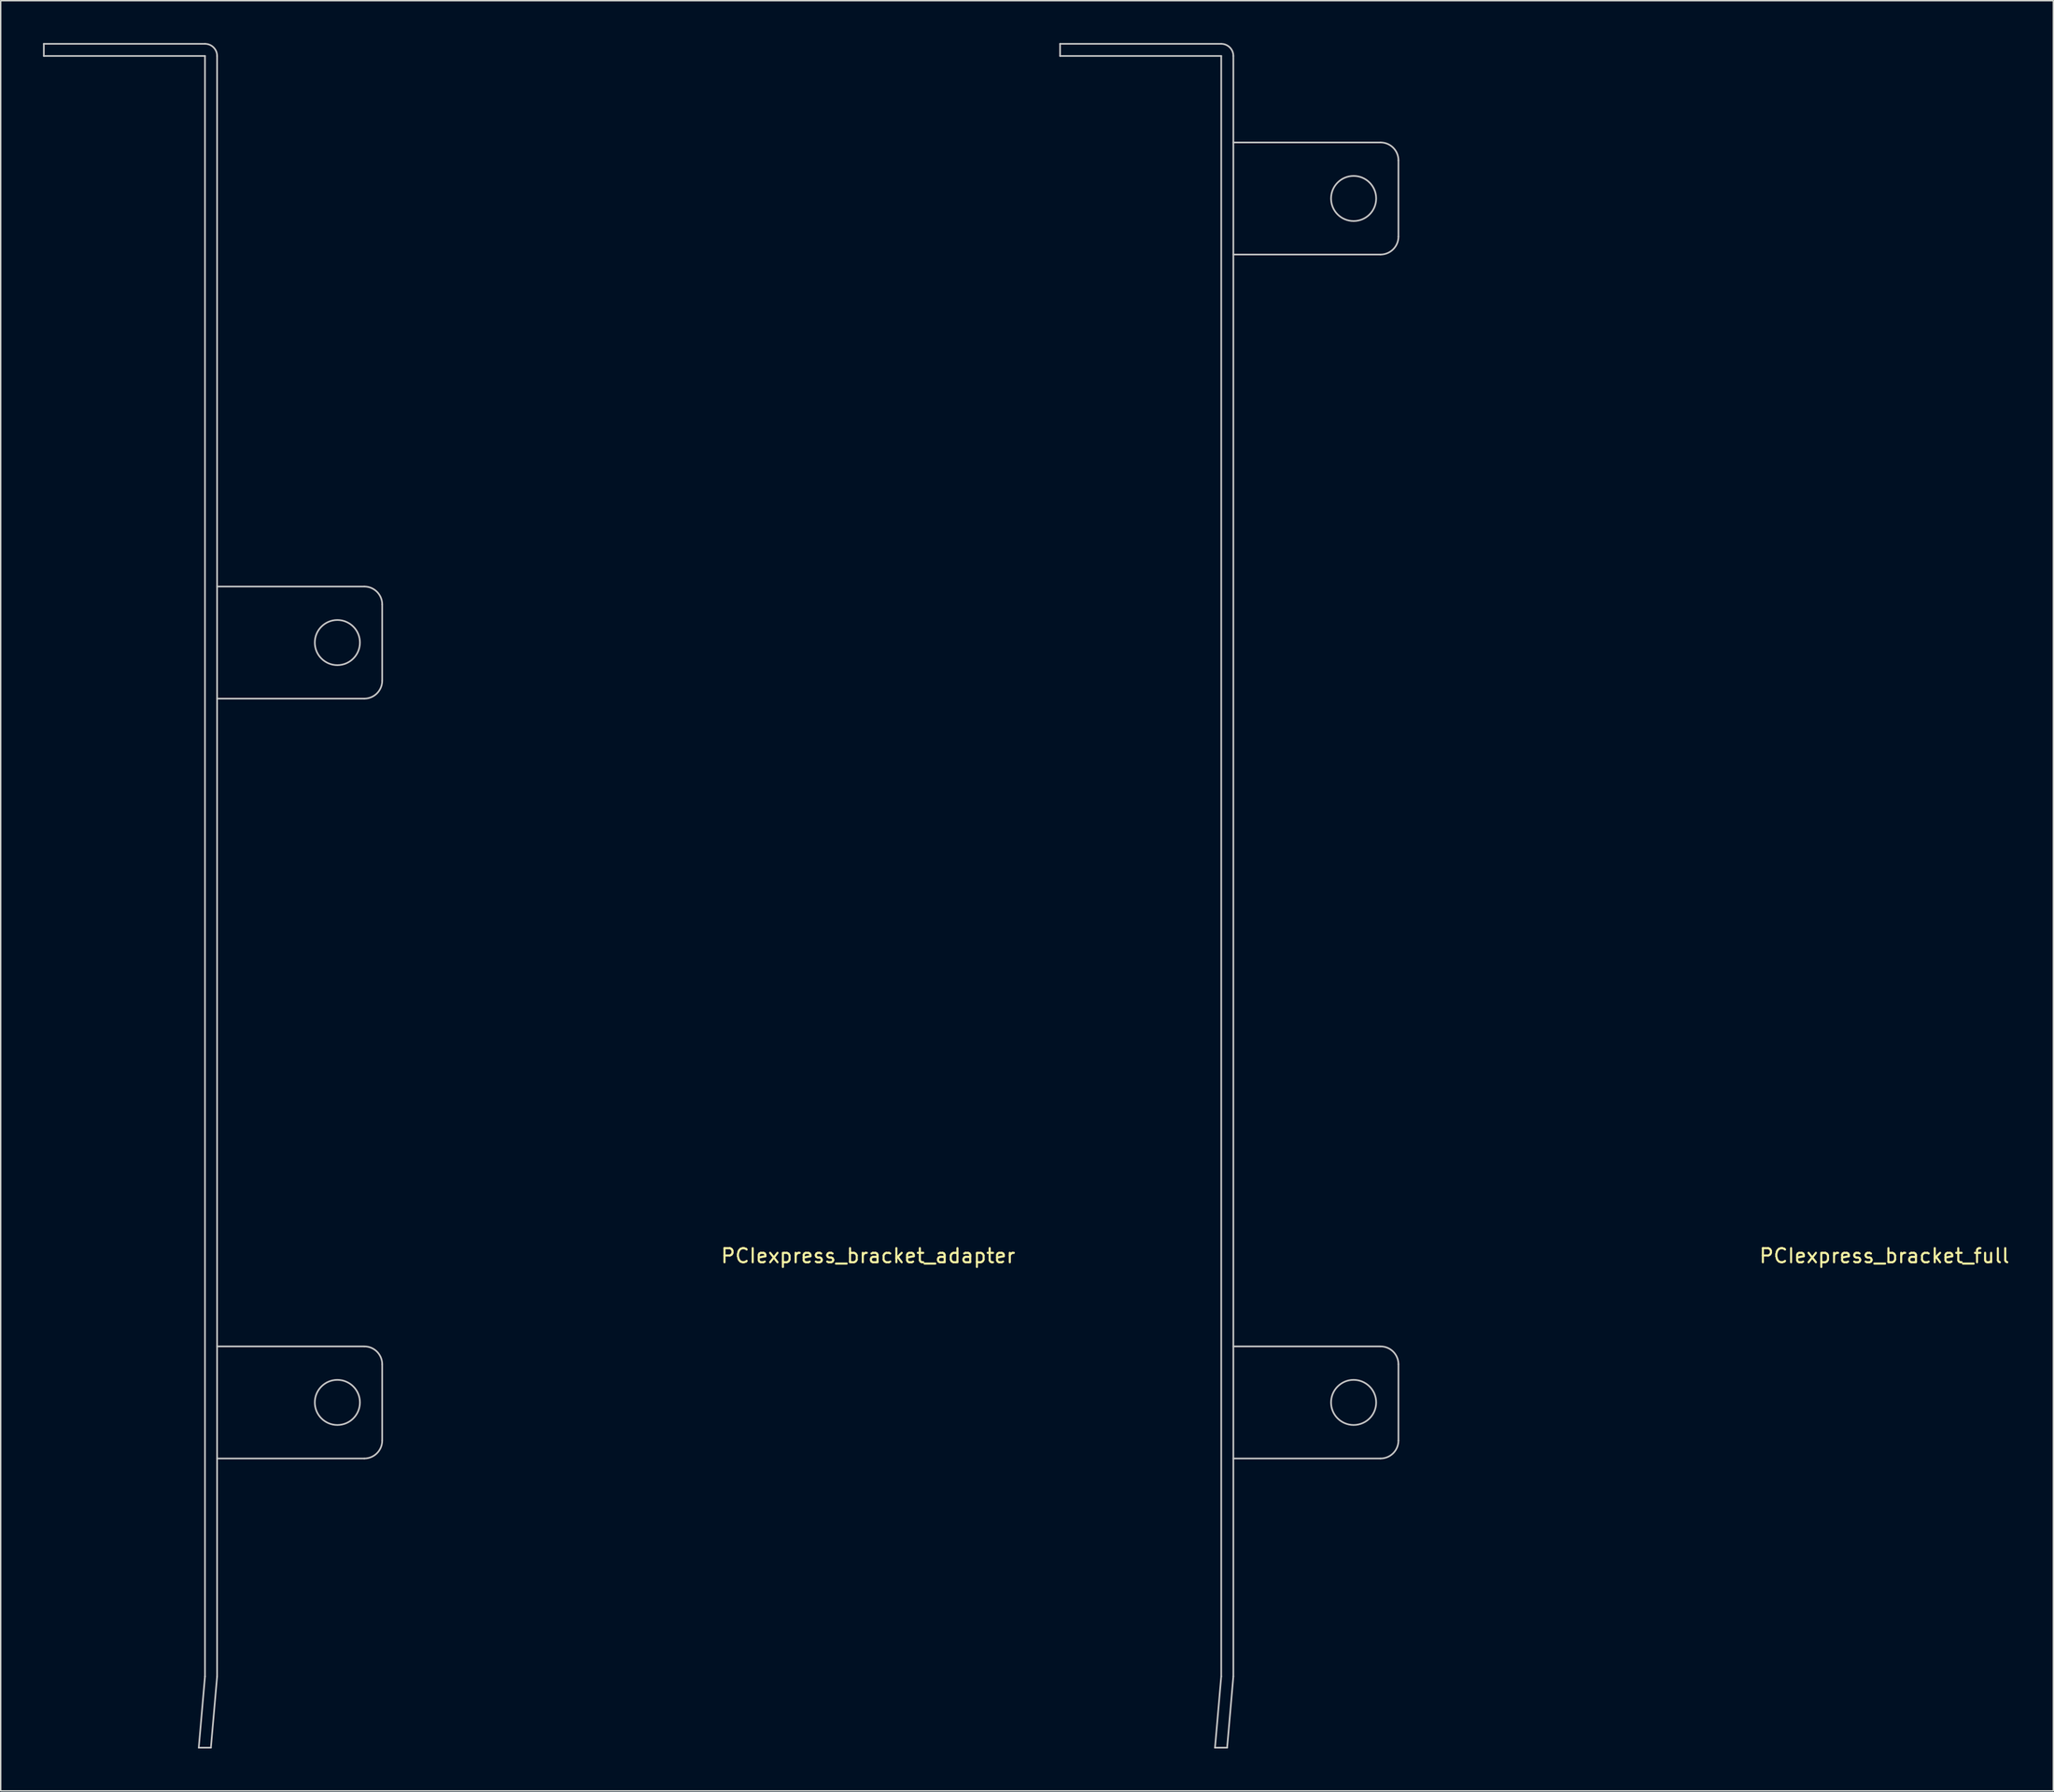
<source format=kicad_pcb>
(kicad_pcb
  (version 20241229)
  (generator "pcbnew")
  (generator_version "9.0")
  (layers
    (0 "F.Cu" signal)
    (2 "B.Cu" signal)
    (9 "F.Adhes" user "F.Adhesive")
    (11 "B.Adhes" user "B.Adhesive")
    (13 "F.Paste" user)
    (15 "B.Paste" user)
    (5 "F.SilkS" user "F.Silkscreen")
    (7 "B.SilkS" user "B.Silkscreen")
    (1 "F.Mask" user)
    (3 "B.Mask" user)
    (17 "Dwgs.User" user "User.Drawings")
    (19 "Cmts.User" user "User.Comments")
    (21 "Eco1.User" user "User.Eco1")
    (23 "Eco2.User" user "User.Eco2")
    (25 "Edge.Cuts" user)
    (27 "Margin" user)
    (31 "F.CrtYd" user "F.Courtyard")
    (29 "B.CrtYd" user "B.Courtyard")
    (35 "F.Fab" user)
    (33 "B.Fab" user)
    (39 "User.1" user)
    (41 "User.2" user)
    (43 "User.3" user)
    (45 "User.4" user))
  (footprint "PCIexpress_bracket_full"
    (layer "F.Cu")
    (at 130.614 105.78)
    (property "Reference" "PCIexpress_bracket_full" (at 0 -19.75 0) (layer "F.SilkS") (effects (font (size 1 1) (thickness 0.15))))
    (attr exclude_from_pos_files exclude_from_bom)
    (fp_line (start -58.47 -104.86) (end -58.47 -105.72) (stroke (width 0.12) (type solid)) (layer "Dwgs.User"))
    (fp_line (start -47.482 15.141) (end -46.622 15.141) (stroke (width 0.12) (type solid)) (layer "Dwgs.User"))
    (fp_line (start -47.04 -105.72) (end -58.47 -105.72) (stroke (width 0.12) (type solid)) (layer "Dwgs.User"))
    (fp_line (start -47.04 -104.86) (end -58.47 -104.86) (stroke (width 0.12) (type solid)) (layer "Dwgs.User"))
    (fp_line (start -47.04 -104.86) (end -47.04 10.09) (stroke (width 0.12) (type solid)) (layer "Dwgs.User"))
    (fp_line (start -47.04 10.09) (end -47.482 15.141) (stroke (width 0.12) (type solid)) (layer "Dwgs.User"))
    (fp_line (start -46.18 -104.86) (end -46.18 10.09) (stroke (width 0.12) (type solid)) (layer "Dwgs.User"))
    (fp_line (start -46.18 10.09) (end -46.622 15.141) (stroke (width 0.12) (type solid)) (layer "Dwgs.User"))
    (fp_line (start -35.74 -98.725) (end -46.18 -98.725) (stroke (width 0.12) (type solid)) (layer "Dwgs.User"))
    (fp_line (start -35.74 -90.775) (end -46.18 -90.775) (stroke (width 0.12) (type solid)) (layer "Dwgs.User"))
    (fp_line (start -35.74 -13.325) (end -46.18 -13.325) (stroke (width 0.12) (type solid)) (layer "Dwgs.User"))
    (fp_line (start -35.74 -5.375) (end -46.18 -5.375) (stroke (width 0.12) (type solid)) (layer "Dwgs.User"))
    (fp_line (start -34.47 -97.455) (end -34.47 -92.045) (stroke (width 0.12) (type solid)) (layer "Dwgs.User"))
    (fp_line (start -34.47 -12.055) (end -34.47 -6.645) (stroke (width 0.12) (type solid)) (layer "Dwgs.User"))
    (fp_arc (start -47.04 -105.72) (mid -46.431888 -105.468112) (end -46.18 -104.86) (stroke (width 0.12) (type solid)) (layer "Dwgs.User"))
    (fp_arc (start -35.74 -98.725) (mid -34.841974 -98.353026) (end -34.47 -97.455) (stroke (width 0.12) (type solid)) (layer "Dwgs.User"))
    (fp_arc (start -35.74 -13.325) (mid -34.841974 -12.953026) (end -34.47 -12.055) (stroke (width 0.12) (type solid)) (layer "Dwgs.User"))
    (fp_arc (start -34.47 -92.045) (mid -34.841974 -91.146974) (end -35.74 -90.775) (stroke (width 0.12) (type solid)) (layer "Dwgs.User"))
    (fp_arc (start -34.47 -6.645) (mid -34.841974 -5.746974) (end -35.74 -5.375) (stroke (width 0.12) (type solid)) (layer "Dwgs.User"))
    (fp_circle (center -37.65 -94.75) (end -36.05 -94.75) (stroke (width 0.12) (type solid)) (fill no) (layer "Dwgs.User"))
    (fp_circle (center -37.65 -9.35) (end -36.05 -9.35) (stroke (width 0.12) (type solid)) (fill no) (layer "Dwgs.User")))
  (footprint "PCIexpress_bracket_adapter"
    (layer "F.Cu")
    (at 58.53 105.78)
    (property "Reference" "PCIexpress_bracket_adapter" (at 0 -19.75 0) (layer "F.SilkS") (effects (font (size 1 1) (thickness 0.15))))
    (attr exclude_from_pos_files exclude_from_bom)
    (fp_line (start -58.47 -104.86) (end -58.47 -105.72) (stroke (width 0.12) (type solid)) (layer "Dwgs.User"))
    (fp_line (start -47.482 15.141) (end -46.622 15.141) (stroke (width 0.12) (type solid)) (layer "Dwgs.User"))
    (fp_line (start -47.04 -105.72) (end -58.47 -105.72) (stroke (width 0.12) (type solid)) (layer "Dwgs.User"))
    (fp_line (start -47.04 -104.86) (end -58.47 -104.86) (stroke (width 0.12) (type solid)) (layer "Dwgs.User"))
    (fp_line (start -47.04 -104.86) (end -47.04 10.09) (stroke (width 0.12) (type solid)) (layer "Dwgs.User"))
    (fp_line (start -47.04 10.09) (end -47.482 15.141) (stroke (width 0.12) (type solid)) (layer "Dwgs.User"))
    (fp_line (start -46.18 -104.86) (end -46.18 10.09) (stroke (width 0.12) (type solid)) (layer "Dwgs.User"))
    (fp_line (start -46.18 10.09) (end -46.622 15.141) (stroke (width 0.12) (type solid)) (layer "Dwgs.User"))
    (fp_line (start -35.74 -67.225) (end -46.18 -67.225) (stroke (width 0.12) (type solid)) (layer "Dwgs.User"))
    (fp_line (start -35.74 -59.275) (end -46.18 -59.275) (stroke (width 0.12) (type solid)) (layer "Dwgs.User"))
    (fp_line (start -35.74 -13.325) (end -46.18 -13.325) (stroke (width 0.12) (type solid)) (layer "Dwgs.User"))
    (fp_line (start -35.74 -5.375) (end -46.18 -5.375) (stroke (width 0.12) (type solid)) (layer "Dwgs.User"))
    (fp_line (start -34.47 -65.955) (end -34.47 -60.545) (stroke (width 0.12) (type solid)) (layer "Dwgs.User"))
    (fp_line (start -34.47 -12.055) (end -34.47 -6.645) (stroke (width 0.12) (type solid)) (layer "Dwgs.User"))
    (fp_arc (start -47.04 -105.72) (mid -46.431888 -105.468112) (end -46.18 -104.86) (stroke (width 0.12) (type solid)) (layer "Dwgs.User"))
    (fp_arc (start -35.74 -67.225) (mid -34.841974 -66.853026) (end -34.47 -65.955) (stroke (width 0.12) (type solid)) (layer "Dwgs.User"))
    (fp_arc (start -35.74 -13.325) (mid -34.841974 -12.953026) (end -34.47 -12.055) (stroke (width 0.12) (type solid)) (layer "Dwgs.User"))
    (fp_arc (start -34.47 -60.545) (mid -34.841974 -59.646974) (end -35.74 -59.275) (stroke (width 0.12) (type solid)) (layer "Dwgs.User"))
    (fp_arc (start -34.47 -6.645) (mid -34.841974 -5.746974) (end -35.74 -5.375) (stroke (width 0.12) (type solid)) (layer "Dwgs.User"))
    (fp_circle (center -37.65 -63.25) (end -36.05 -63.25) (stroke (width 0.12) (type solid)) (fill no) (layer "Dwgs.User"))
    (fp_circle (center -37.65 -9.35) (end -36.05 -9.35) (stroke (width 0.12) (type solid)) (fill no) (layer "Dwgs.User")))
  (gr_rect
    (start -3 -3)
    (end 142.596 123.981)
    (stroke (width 0.1) (type default))
    (fill no)
    (layer "Edge.Cuts")))
</source>
